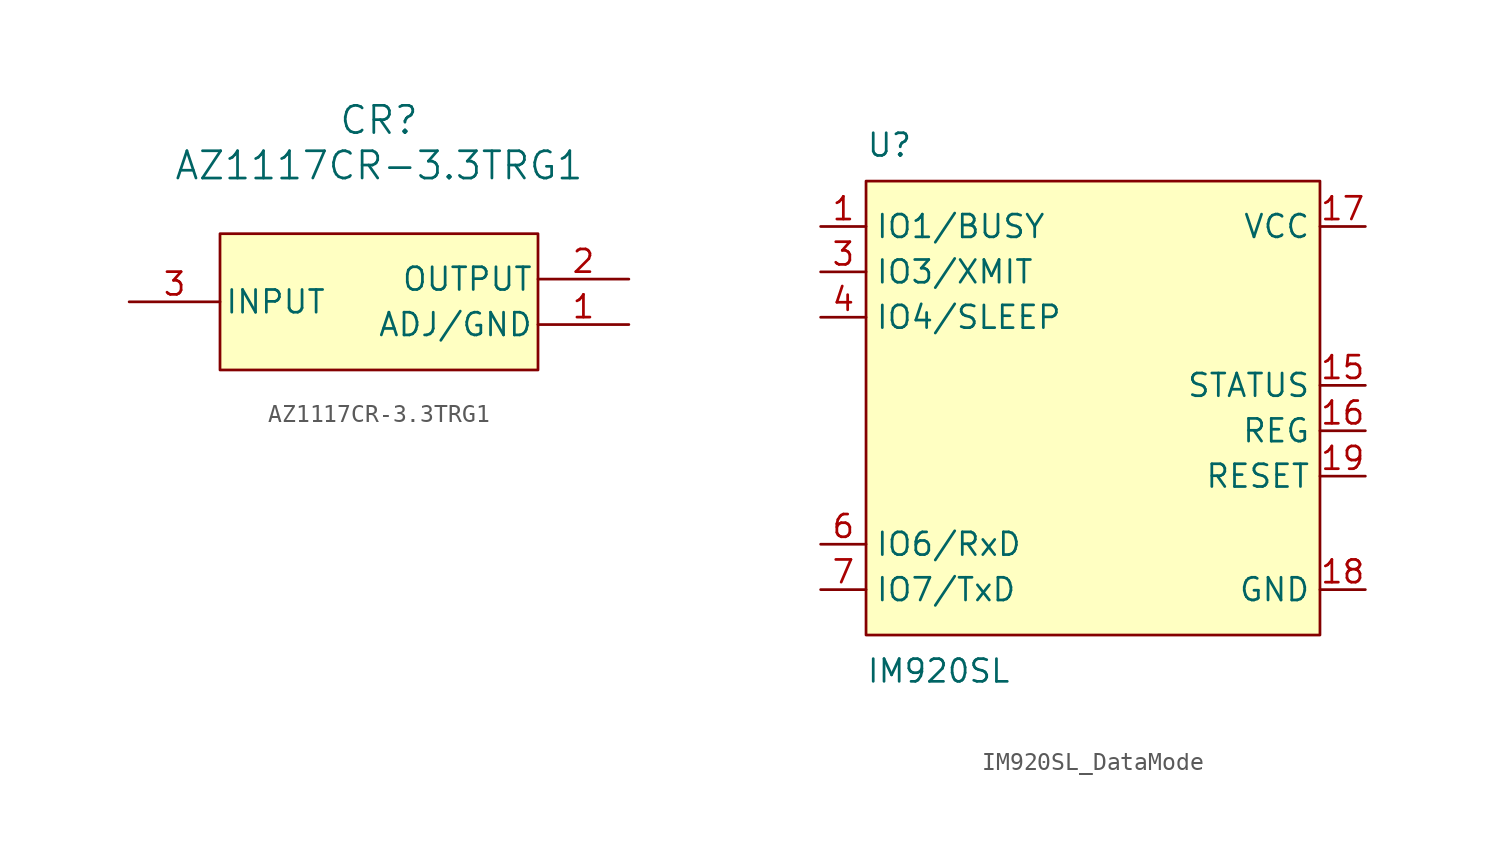
<source format=kicad_sym>
(kicad_symbol_lib
  (version 20241209)
  (generator "kicad_symbol_editor")
  (generator_version "9.0")
  (symbol "AZ1117CR-3.3TRG1"
    (pin_names
      (offset 0.254))
    (property "Reference" "CR"
      (at 0 10.16 0)
      (effects (font (size 1.524 1.524))))
    (property "Value" "AZ1117CR-3.3TRG1"
      (at 0 7.62 0)
      (effects (font (size 1.524 1.524))))
    (symbol "AZ1117CR-3.3TRG1_0_1"
      (pin input line (at -13.97 0 0) (length 5.08) (name "INPUT" (effects (font (size 1.27 1.27)))) (number "3" (effects (font (size 1.27 1.27)))))
      (pin output line (at 13.97 1.27 180) (length 5.08) (name "OUTPUT" (effects (font (size 1.27 1.27)))) (number "2" (effects (font (size 1.27 1.27)))))
      (pin power_out line (at 13.97 -1.27 180) (length 5.08) (name "ADJ/GND" (effects (font (size 1.27 1.27)))) (number "1" (effects (font (size 1.27 1.27))))))
    (symbol "AZ1117CR-3.3TRG1_1_1"
      (rectangle (start -8.89 3.81) (end 8.89 -3.81) (stroke (width 0) (type default)) (fill (type background)))))
  (symbol "IM920SL_DataMode"
    (property "Reference" "U"
      (at -12.7 13.97 0)
      (effects (font (size 1.27 1.27)) (justify left bottom)))
    (property "Value" "IM920SL"
      (at -12.7 -13.97 0)
      (effects (font (size 1.27 1.27)) (justify left top)))
    (symbol "IM920SL_DataMode_0_0"
      (pin output line (at -15.24 10.16 0) (length 2.54) (name "IO1/BUSY" (effects (font (size 1.27 1.27)))) (number "1" (effects (font (size 1.27 1.27)))))
      (pin output line (at -15.24 7.62 0) (length 2.54) (name "IO3/XMIT" (effects (font (size 1.27 1.27)))) (number "3" (effects (font (size 1.27 1.27)))))
      (pin output line (at -15.24 5.08 0) (length 2.54) (name "IO4/SLEEP" (effects (font (size 1.27 1.27)))) (number "4" (effects (font (size 1.27 1.27)))))
      (pin no_connect line (at -15.24 0 0) (length 2.54) (hide yes) (name "IO10" (effects (font (size 1.27 1.27)))) (number "10" (effects (font (size 1.27 1.27)))))
      (pin no_connect line (at -15.24 0 0) (length 2.54) (hide yes) (name "IO2" (effects (font (size 1.27 1.27)))) (number "2" (effects (font (size 1.27 1.27)))))
      (pin no_connect line (at -15.24 0 0) (length 2.54) (hide yes) (name "IO5" (effects (font (size 1.27 1.27)))) (number "5" (effects (font (size 1.27 1.27)))))
      (pin no_connect line (at -15.24 0 0) (length 2.54) (hide yes) (name "IO8" (effects (font (size 1.27 1.27)))) (number "8" (effects (font (size 1.27 1.27)))))
      (pin no_connect line (at -15.24 0 0) (length 2.54) (hide yes) (name "IO9" (effects (font (size 1.27 1.27)))) (number "9" (effects (font (size 1.27 1.27)))))
      (pin input line (at -15.24 -7.62 0) (length 2.54) (name "IO6/RxD" (effects (font (size 1.27 1.27)))) (number "6" (effects (font (size 1.27 1.27)))))
      (pin output line (at -15.24 -10.16 0) (length 2.54) (name "IO7/TxD" (effects (font (size 1.27 1.27)))) (number "7" (effects (font (size 1.27 1.27)))))
      (pin power_in line (at 15.24 10.16 180) (length 2.54) (name "VCC" (effects (font (size 1.27 1.27)))) (number "17" (effects (font (size 1.27 1.27)))))
      (pin no_connect line (at 15.24 6.35 180) (length 2.54) (hide yes) (name "RSV" (effects (font (size 1.27 1.27)))) (number "11" (effects (font (size 1.27 1.27)))))
      (pin no_connect line (at 15.24 6.35 180) (length 2.54) (hide yes) (name "RSV" (effects (font (size 1.27 1.27)))) (number "12" (effects (font (size 1.27 1.27)))))
      (pin no_connect line (at 15.24 6.35 180) (length 2.54) (hide yes) (name "RSV" (effects (font (size 1.27 1.27)))) (number "13" (effects (font (size 1.27 1.27)))))
      (pin no_connect line (at 15.24 6.35 180) (length 2.54) (hide yes) (name "RSV" (effects (font (size 1.27 1.27)))) (number "14" (effects (font (size 1.27 1.27)))))
      (pin no_connect line (at 15.24 6.35 180) (length 2.54) (hide yes) (name "RSV" (effects (font (size 1.27 1.27)))) (number "20" (effects (font (size 1.27 1.27)))))
      (pin output line (at 15.24 1.27 180) (length 2.54) (name "STATUS" (effects (font (size 1.27 1.27)))) (number "15" (effects (font (size 1.27 1.27)))))
      (pin input line (at 15.24 -1.27 180) (length 2.54) (name "REG" (effects (font (size 1.27 1.27)))) (number "16" (effects (font (size 1.27 1.27)))))
      (pin input line (at 15.24 -3.81 180) (length 2.54) (name "RESET" (effects (font (size 1.27 1.27)))) (number "19" (effects (font (size 1.27 1.27)))))
      (pin power_in line (at 15.24 -10.16 180) (length 2.54) (name "GND" (effects (font (size 1.27 1.27)))) (number "18" (effects (font (size 1.27 1.27))))))
    (symbol "IM920SL_DataMode_0_1"
      (rectangle (start -12.7 12.7) (end 12.7 -12.7) (stroke (width 0) (type default)) (fill (type background))))))
</source>
